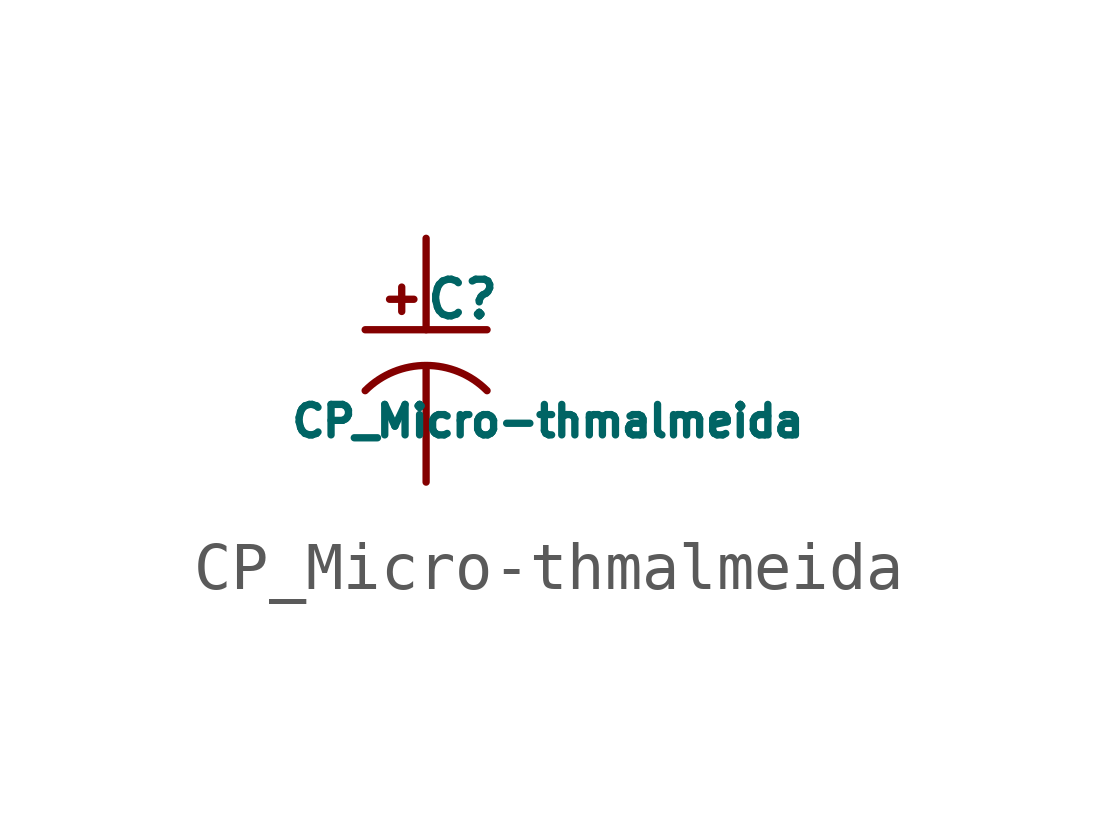
<source format=kicad_sym>
(kicad_symbol_lib
  (version 20211014)
  (generator kicad_symbol_editor)
  (symbol "CP_Micro-thmalmeida"
    (pin_numbers hide)
    (pin_names
      (offset 0) hide)
    (property "Reference" "C"
      (at 0.762 1.27 0)
      (effects (font (size 0.762 0.762))))
    (property "Value" "CP_Micro-thmalmeida"
      (at 2.54 -1.27 0)
      (effects (font (size 0.635 0.635))))
    (property "Datasheet" ""
      (at 1.016 1.27 0)
      (effects (font (size 1.524 1.524))))
    (symbol "CP_Micro-thmalmeida_0_1"
      (polyline (pts (xy -0.762 1.27) (xy -0.254 1.27) (xy -0.254 1.27)) (stroke (width 0) (type default) (color 0 0 0 0)) (fill (type none)))
      (polyline (pts (xy -0.508 1.016) (xy -0.508 1.524) (xy -0.508 1.524)) (stroke (width 0) (type default) (color 0 0 0 0)) (fill (type none)))
      (polyline (pts (xy 1.27 0.635) (xy -1.27 0.635) (xy -1.27 0.635)) (stroke (width 0) (type default) (color 0 0 0 0)) (fill (type none)))
      (arc (start 1.27 -0.635) (mid 0 -0.1089) (end -1.27 -0.635) (stroke (width 0) (type default) (color 0 0 0 0)) (fill (type none))))
    (symbol "CP_Micro-thmalmeida_1_1"
      (pin passive line (at 0 2.54 270) (length 1.905) (name "~" (effects (font (size 0.635 0.635)))) (number "1" (effects (font (size 0.635 0.635)))))
      (pin passive line (at 0 -2.54 90) (length 2.413) (name "GND" (effects (font (size 0.635 0.635)))) (number "2" (effects (font (size 0.635 0.635))))))))
</source>
